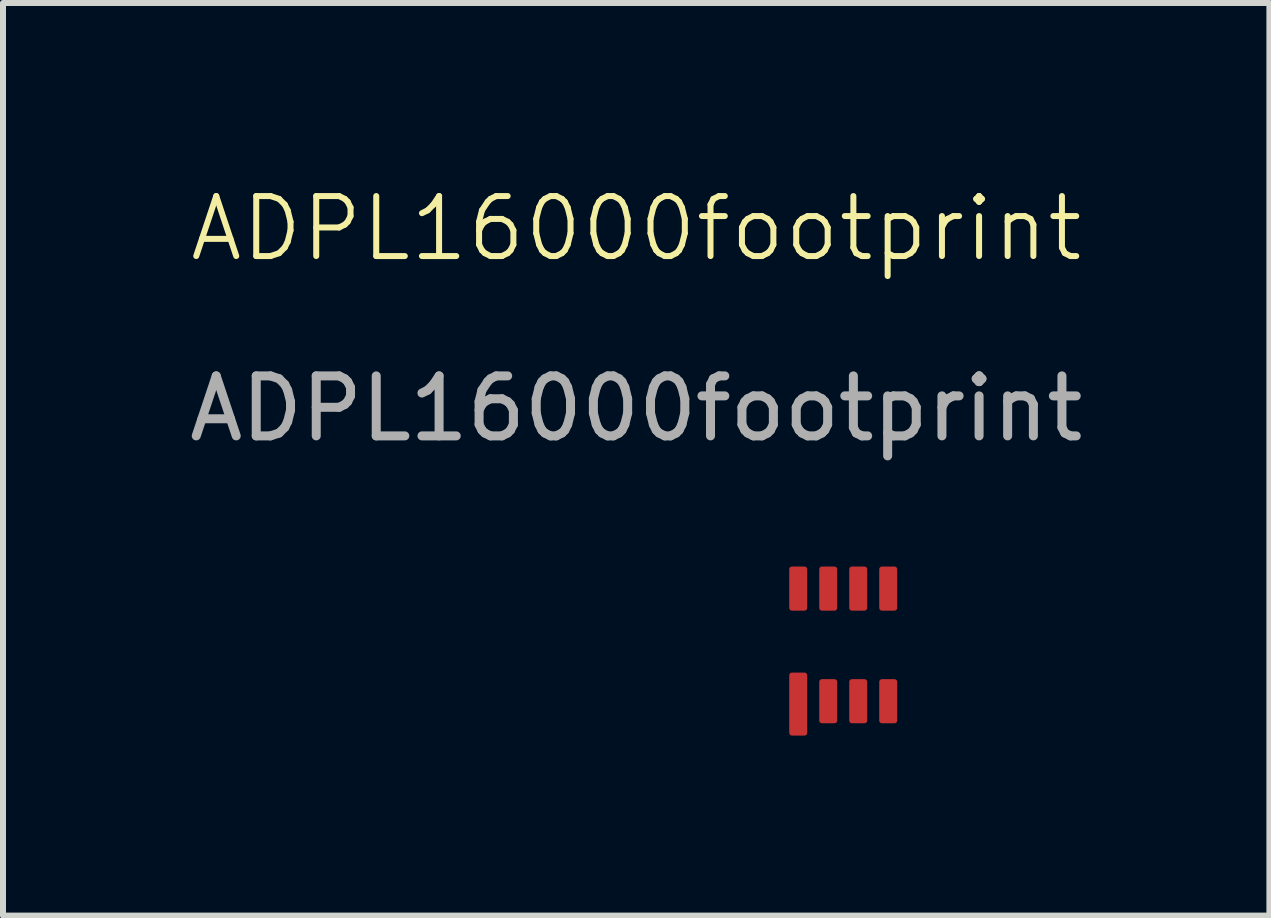
<source format=kicad_pcb>
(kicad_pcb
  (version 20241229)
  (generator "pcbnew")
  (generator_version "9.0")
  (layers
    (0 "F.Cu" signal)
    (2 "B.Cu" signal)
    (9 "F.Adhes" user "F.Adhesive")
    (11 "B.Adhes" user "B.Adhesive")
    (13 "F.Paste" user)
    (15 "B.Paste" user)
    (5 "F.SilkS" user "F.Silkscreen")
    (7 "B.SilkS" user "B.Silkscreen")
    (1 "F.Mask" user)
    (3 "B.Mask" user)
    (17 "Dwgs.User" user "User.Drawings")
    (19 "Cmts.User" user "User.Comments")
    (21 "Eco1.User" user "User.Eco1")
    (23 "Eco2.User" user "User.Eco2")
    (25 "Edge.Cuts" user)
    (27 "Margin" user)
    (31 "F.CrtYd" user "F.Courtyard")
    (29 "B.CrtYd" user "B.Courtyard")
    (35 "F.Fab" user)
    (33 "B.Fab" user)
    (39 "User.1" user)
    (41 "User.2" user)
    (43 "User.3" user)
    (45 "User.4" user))
  (footprint "ADPL16000footprint"
    (layer "F.Cu")
    (at 7.554 1.26)
    (property "Reference" "ADPL16000footprint" (at 0 -0.5 0) (unlocked yes) (layer "F.SilkS") (effects (font (size 1 1) (thickness 0.1))))
    (attr smd)
    (fp_text user "${REFERENCE}" (at 0 2.5 0) (unlocked yes) (layer "F.Fab") (effects (font (size 1 1) (thickness 0.15))))
    (pad "1" smd roundrect (at 2.7 7.425) (size 0.3 1.05) (layers "F.Cu" "F.Mask" "F.Paste") (roundrect_rratio 0.15))
    (pad "2" smd roundrect (at 3.2 7.377) (size 0.3 0.735) (layers "F.Cu" "F.Mask" "F.Paste") (roundrect_rratio 0.15))
    (pad "3" smd roundrect (at 3.7 7.377) (size 0.3 0.735) (layers "F.Cu" "F.Mask" "F.Paste") (roundrect_rratio 0.15))
    (pad "4" smd roundrect (at 4.2 7.377) (size 0.3 0.735) (layers "F.Cu" "F.Mask" "F.Paste") (roundrect_rratio 0.15))
    (pad "5" smd roundrect (at 4.2 5.5) (size 0.3 0.735) (layers "F.Cu" "F.Mask" "F.Paste") (roundrect_rratio 0.15))
    (pad "6" smd roundrect (at 3.7 5.5) (size 0.3 0.735) (layers "F.Cu" "F.Mask" "F.Paste") (roundrect_rratio 0.15))
    (pad "7" smd roundrect (at 3.2 5.5) (size 0.3 0.735) (layers "F.Cu" "F.Mask" "F.Paste") (roundrect_rratio 0.15))
    (pad "8" smd roundrect (at 2.7 5.5) (size 0.3 0.735) (layers "F.Cu" "F.Mask" "F.Paste") (roundrect_rratio 0.15)))
  (gr_rect
    (start -3 -3)
    (end 18.107 12.21)
    (stroke (width 0.1) (type default))
    (fill no)
    (layer "Edge.Cuts")))
</source>
